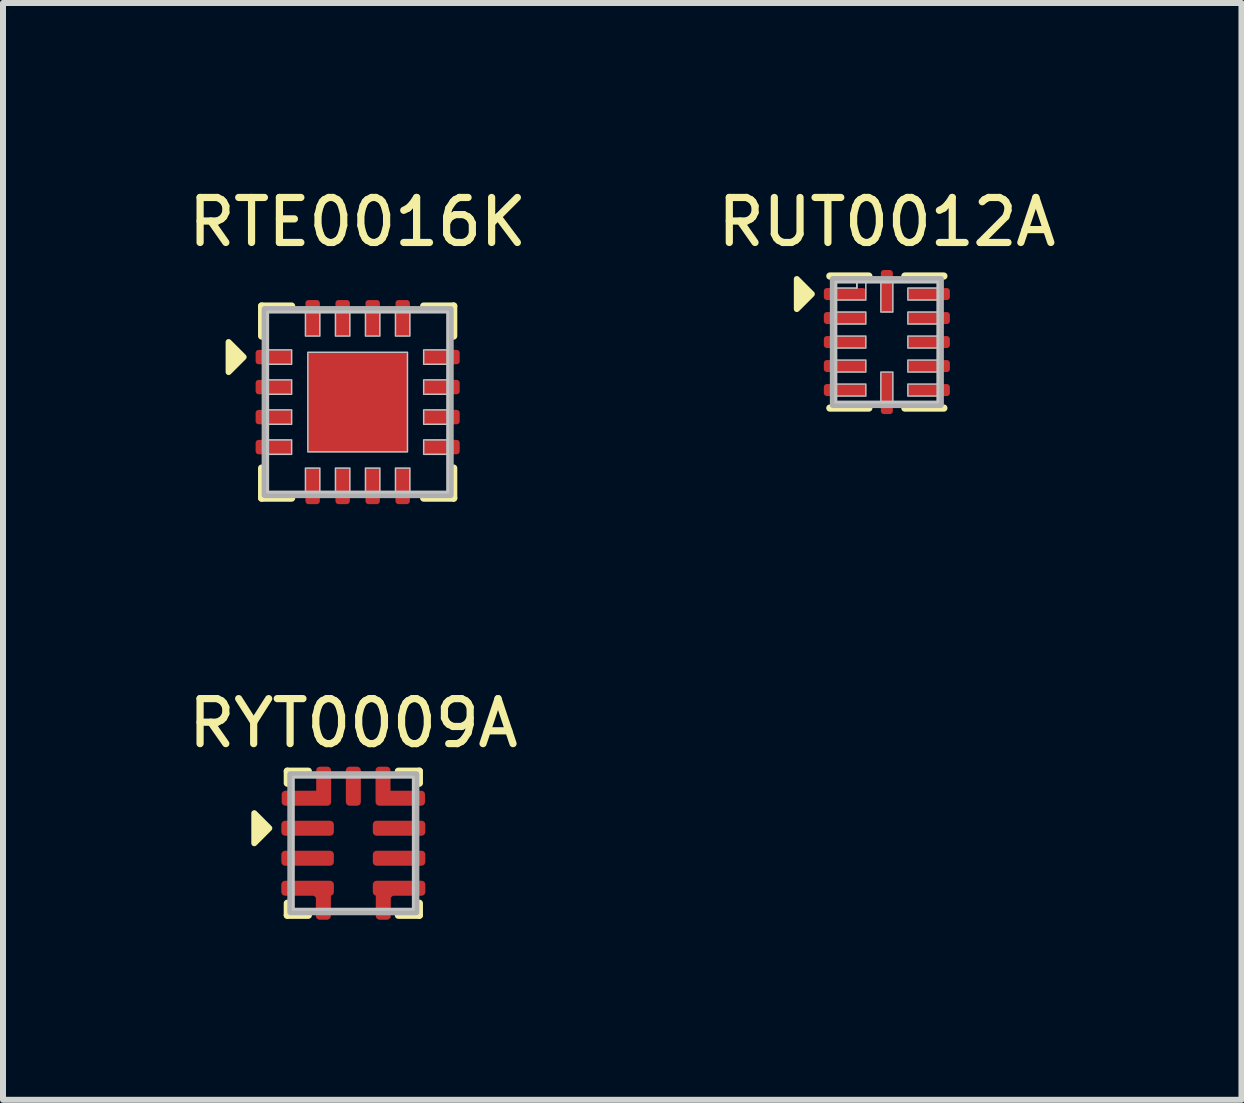
<source format=kicad_pcb>
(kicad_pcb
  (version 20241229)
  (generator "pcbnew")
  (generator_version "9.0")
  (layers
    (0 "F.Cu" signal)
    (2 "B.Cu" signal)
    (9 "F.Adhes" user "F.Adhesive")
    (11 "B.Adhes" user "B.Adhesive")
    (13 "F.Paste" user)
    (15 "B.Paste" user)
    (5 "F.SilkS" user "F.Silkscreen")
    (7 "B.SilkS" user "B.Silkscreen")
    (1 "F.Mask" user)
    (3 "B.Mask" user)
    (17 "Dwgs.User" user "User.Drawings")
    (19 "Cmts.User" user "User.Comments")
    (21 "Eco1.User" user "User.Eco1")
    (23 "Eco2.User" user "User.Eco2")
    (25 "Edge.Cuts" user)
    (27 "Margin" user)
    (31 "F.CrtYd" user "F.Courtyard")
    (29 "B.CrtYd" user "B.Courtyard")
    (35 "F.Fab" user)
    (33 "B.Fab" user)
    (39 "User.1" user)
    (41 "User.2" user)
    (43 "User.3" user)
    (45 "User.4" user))
  (footprint "RYT0009A"
    (layer "F.Cu")
    (at 2.837 10.999)
    (property "Reference" "RYT0009A" (at 0 -2 0) (unlocked yes) (layer "F.SilkS") (effects (font (size 0.75 0.75) (thickness 0.12))))
    (attr smd)
    (fp_line (start -1.1 -1) (end -1.1 -1.2) (stroke (width 0.12) (type default)) (layer "F.SilkS"))
    (fp_line (start -1.1 1) (end -1.1 1.2) (stroke (width 0.12) (type default)) (layer "F.SilkS"))
    (fp_line (start -0.75 -1.2) (end -1.1 -1.2) (stroke (width 0.12) (type default)) (layer "F.SilkS"))
    (fp_line (start -0.75 1.2) (end -1.1 1.2) (stroke (width 0.12) (type default)) (layer "F.SilkS"))
    (fp_line (start 0.75 1.2) (end 1.1 1.2) (stroke (width 0.12) (type default)) (layer "F.SilkS"))
    (fp_line (start 1.1 -1.2) (end 0.75 -1.2) (stroke (width 0.12) (type default)) (layer "F.SilkS"))
    (fp_line (start 1.1 -1) (end 1.1 -1.2) (stroke (width 0.12) (type default)) (layer "F.SilkS"))
    (fp_line (start 1.1 1.2) (end 1.1 1) (stroke (width 0.12) (type default)) (layer "F.SilkS"))
    (fp_poly (pts (xy -1.4 -0.25) (xy -1.65 0) (xy -1.65 -0.5)) (stroke (width 0.1) (type solid)) (fill yes) (layer "F.SilkS"))
    (fp_rect (start -1 -1.1) (end 1 1.1) (stroke (width 0.05) (type default)) (fill no) (layer "Dwgs.User"))
    (fp_rect (start -1.05 -1.15) (end 1.05 1.15) (stroke (width 0.1) (type default)) (fill no) (layer "F.Fab"))
    (pad "1" smd roundrect (at -0.762 -0.25) (size 0.875 0.25) (layers "F.Cu" "F.Mask" "F.Paste") (roundrect_rratio 0.25))
    (pad "2" smd roundrect (at -0.762 0.25) (size 0.875 0.25) (layers "F.Cu" "F.Mask" "F.Paste") (roundrect_rratio 0.25))
    (pad "3" smd custom (at -0.762 0.75) (size 0.25 0.25) (layers "F.Cu" "F.Mask" "F.Paste") (options (anchor circle)) (primitives (gr_poly (pts (xy 0.438 -0.062) (xy 0.433 -0.086) (xy 0.419 -0.107) (xy 0.399 -0.12) (xy 0.375 -0.125) (xy -0.375 -0.125) (xy -0.399 -0.12) (xy -0.419 -0.107) (xy -0.433 -0.086) (xy -0.438 -0.062) (xy -0.438 0.062) (xy -0.433 0.086) (xy -0.419 0.107) (xy -0.399 0.12) (xy -0.375 0.125) (xy 0.375 0.125) (xy 0.399 0.12) (xy 0.419 0.107) (xy 0.433 0.086) (xy 0.438 0.062)) (width 0) (fill yes)) (gr_poly (pts (xy 0.168 0.515) (xy 0.164 0.512) (xy 0.15 0.498) (xy 0.148 0.495) (xy 0.14 0.477) (xy 0.138 0.467) (xy 0.138 0.458) (xy 0.138 0.175) (xy 0.136 0.155) (xy 0.107 0.127) (xy 0.087 0.125) (xy -0.37 0.125) (xy -0.38 0.124) (xy -0.389 0.122) (xy -0.407 0.115) (xy -0.411 0.112) (xy -0.425 0.098) (xy -0.427 0.095) (xy -0.435 0.077) (xy -0.437 0.067) (xy -0.438 0.058) (xy -0.438 -0.058) (xy -0.437 -0.067) (xy -0.435 -0.077) (xy -0.427 -0.095) (xy -0.425 -0.098) (xy -0.411 -0.112) (xy -0.407 -0.115) (xy -0.389 -0.122) (xy -0.38 -0.124) (xy -0.37 -0.125) (xy 0.2 -0.125) (xy 0.32 -0.125) (xy 0.33 -0.124) (xy 0.339 -0.122) (xy 0.357 -0.115) (xy 0.361 -0.112) (xy 0.375 -0.098) (xy 0.377 -0.095) (xy 0.385 -0.077) (xy 0.387 -0.067) (xy 0.388 -0.058) (xy 0.388 0.458) (xy 0.387 0.467) (xy 0.385 0.477) (xy 0.377 0.495) (xy 0.375 0.498) (xy 0.361 0.512) (xy 0.357 0.515) (xy 0.339 0.522) (xy 0.33 0.524) (xy 0.32 0.525) (xy 0.205 0.525) (xy 0.195 0.524) (xy 0.186 0.522)) (width 0) (fill yes))))
    (pad "4" smd custom (at 0.762 0.75) (size 0.25 0.25) (layers "F.Cu" "F.Mask" "F.Paste") (options (anchor circle)) (primitives (gr_poly (pts (xy -0.438 -0.062) (xy -0.433 -0.086) (xy -0.419 -0.107) (xy -0.399 -0.12) (xy -0.375 -0.125) (xy 0.375 -0.125) (xy 0.399 -0.12) (xy 0.419 -0.107) (xy 0.433 -0.086) (xy 0.438 -0.062) (xy 0.438 0.062) (xy 0.433 0.086) (xy 0.419 0.107) (xy 0.399 0.12) (xy 0.375 0.125) (xy -0.375 0.125) (xy -0.399 0.12) (xy -0.419 0.107) (xy -0.433 0.086) (xy -0.438 0.062)) (width 0) (fill yes)) (gr_poly (pts (xy -0.168 0.515) (xy -0.164 0.512) (xy -0.15 0.498) (xy -0.148 0.495) (xy -0.14 0.477) (xy -0.138 0.467) (xy -0.138 0.458) (xy -0.138 0.175) (xy -0.136 0.155) (xy -0.107 0.127) (xy -0.087 0.125) (xy 0.37 0.125) (xy 0.38 0.124) (xy 0.389 0.122) (xy 0.407 0.115) (xy 0.411 0.112) (xy 0.425 0.098) (xy 0.427 0.095) (xy 0.435 0.077) (xy 0.437 0.067) (xy 0.438 0.058) (xy 0.438 -0.058) (xy 0.437 -0.067) (xy 0.435 -0.077) (xy 0.427 -0.095) (xy 0.425 -0.098) (xy 0.411 -0.112) (xy 0.407 -0.115) (xy 0.389 -0.122) (xy 0.38 -0.124) (xy 0.37 -0.125) (xy -0.2 -0.125) (xy -0.32 -0.125) (xy -0.33 -0.124) (xy -0.339 -0.122) (xy -0.357 -0.115) (xy -0.361 -0.112) (xy -0.375 -0.098) (xy -0.377 -0.095) (xy -0.385 -0.077) (xy -0.387 -0.067) (xy -0.388 -0.058) (xy -0.388 0.458) (xy -0.387 0.467) (xy -0.385 0.477) (xy -0.377 0.495) (xy -0.375 0.498) (xy -0.361 0.512) (xy -0.357 0.515) (xy -0.339 0.522) (xy -0.33 0.524) (xy -0.32 0.525) (xy -0.205 0.525) (xy -0.195 0.524) (xy -0.186 0.522)) (width 0) (fill yes))))
    (pad "5" smd roundrect (at 0.762 0.25) (size 0.875 0.25) (layers "F.Cu" "F.Mask" "F.Paste") (roundrect_rratio 0.25))
    (pad "6" smd roundrect (at 0.762 -0.25) (size 0.875 0.25) (layers "F.Cu" "F.Mask" "F.Paste") (roundrect_rratio 0.25))
    (pad "7" smd custom (at 0.782 -0.75) (size 0.25 0.25) (layers "F.Cu" "F.Mask" "F.Paste") (options (anchor circle)) (primitives (gr_poly (pts (xy -0.412 -0.062) (xy -0.408 -0.086) (xy -0.394 -0.107) (xy -0.374 -0.12) (xy -0.35 -0.125) (xy 0.35 -0.125) (xy 0.374 -0.12) (xy 0.394 -0.107) (xy 0.408 -0.086) (xy 0.412 -0.062) (xy 0.412 0.062) (xy 0.408 0.086) (xy 0.394 0.107) (xy 0.374 0.12) (xy 0.35 0.125) (xy -0.35 0.125) (xy -0.374 0.12) (xy -0.394 0.107) (xy -0.408 0.086) (xy -0.412 0.062)) (width 0) (fill yes)) (gr_poly (pts (xy -0.35 0.125) (xy -0.374 0.12) (xy -0.394 0.107) (xy -0.408 0.086) (xy -0.412 0.062) (xy -0.412 -0.463) (xy -0.408 -0.486) (xy -0.394 -0.507) (xy -0.374 -0.52) (xy -0.35 -0.525) (xy -0.225 -0.525) (xy -0.201 -0.52) (xy -0.181 -0.507) (xy -0.167 -0.486) (xy -0.163 -0.463) (xy -0.163 0.062) (xy -0.167 0.086) (xy -0.181 0.107) (xy -0.201 0.12) (xy -0.225 0.125)) (width 0) (fill yes))))
    (pad "8" smd roundrect (at 0 -0.95 90) (size 0.65 0.25) (layers "F.Cu" "F.Mask" "F.Paste") (roundrect_rratio 0.25))
    (pad "9" smd custom (at -0.782 -0.75) (size 0.25 0.25) (layers "F.Cu" "F.Mask" "F.Paste") (options (anchor circle)) (primitives (gr_poly (pts (xy 0.412 -0.062) (xy 0.408 -0.086) (xy 0.394 -0.107) (xy 0.374 -0.12) (xy 0.35 -0.125) (xy -0.35 -0.125) (xy -0.374 -0.12) (xy -0.394 -0.107) (xy -0.408 -0.086) (xy -0.412 -0.062) (xy -0.412 0.062) (xy -0.408 0.086) (xy -0.394 0.107) (xy -0.374 0.12) (xy -0.35 0.125) (xy 0.35 0.125) (xy 0.374 0.12) (xy 0.394 0.107) (xy 0.408 0.086) (xy 0.412 0.062)) (width 0) (fill yes)) (gr_poly (pts (xy 0.35 0.125) (xy 0.374 0.12) (xy 0.394 0.107) (xy 0.408 0.086) (xy 0.412 0.062) (xy 0.412 -0.463) (xy 0.408 -0.486) (xy 0.394 -0.507) (xy 0.374 -0.52) (xy 0.35 -0.525) (xy 0.225 -0.525) (xy 0.201 -0.52) (xy 0.181 -0.507) (xy 0.167 -0.486) (xy 0.163 -0.463) (xy 0.163 0.062) (xy 0.167 0.086) (xy 0.181 0.107) (xy 0.201 0.12) (xy 0.225 0.125)) (width 0) (fill yes)))))
  (footprint "RTE0016K"
    (layer "F.Cu")
    (at 2.909 3.649)
    (property "Reference" "RTE0016K" (at 0 -3 0) (unlocked yes) (layer "F.SilkS") (effects (font (size 0.75 0.75) (thickness 0.12))))
    (attr smd)
    (fp_line (start -1.6 -1.6) (end -1.6 -1.1) (stroke (width 0.12) (type default)) (layer "F.SilkS"))
    (fp_line (start -1.6 -1.6) (end -1.1 -1.6) (stroke (width 0.12) (type default)) (layer "F.SilkS"))
    (fp_line (start -1.6 1.1) (end -1.6 1.6) (stroke (width 0.12) (type default)) (layer "F.SilkS"))
    (fp_line (start -1.1 1.6) (end -1.6 1.6) (stroke (width 0.12) (type default)) (layer "F.SilkS"))
    (fp_line (start 1.6 -1.6) (end 1.1 -1.6) (stroke (width 0.12) (type default)) (layer "F.SilkS"))
    (fp_line (start 1.6 -1.6) (end 1.6 -1.1) (stroke (width 0.12) (type default)) (layer "F.SilkS"))
    (fp_line (start 1.6 1.1) (end 1.6 1.6) (stroke (width 0.12) (type default)) (layer "F.SilkS"))
    (fp_line (start 1.6 1.6) (end 1.1 1.6) (stroke (width 0.12) (type default)) (layer "F.SilkS"))
    (fp_poly (pts (xy -1.9 -0.75) (xy -2.15 -0.5) (xy -2.15 -1)) (stroke (width 0.1) (type solid)) (fill yes) (layer "F.SilkS"))
    (fp_rect (start -1.5 -1.5) (end 1.5 1.5) (stroke (width 0.05) (type default)) (fill no) (layer "Dwgs.User"))
    (fp_rect (start -1.5 -0.87) (end -1.1 -0.63) (stroke (width 0.025) (type default)) (fill no) (layer "Dwgs.User"))
    (fp_rect (start -1.5 -0.37) (end -1.1 -0.13) (stroke (width 0.025) (type default)) (fill no) (layer "Dwgs.User"))
    (fp_rect (start -1.5 0.13) (end -1.1 0.37) (stroke (width 0.025) (type default)) (fill no) (layer "Dwgs.User"))
    (fp_rect (start -1.5 0.63) (end -1.1 0.87) (stroke (width 0.025) (type default)) (fill no) (layer "Dwgs.User"))
    (fp_rect (start -0.87 -1.5) (end -0.63 -1.1) (stroke (width 0.025) (type default)) (fill no) (layer "Dwgs.User"))
    (fp_rect (start -0.87 1.1) (end -0.63 1.5) (stroke (width 0.025) (type default)) (fill no) (layer "Dwgs.User"))
    (fp_rect (start -0.83 -0.83) (end 0.83 0.83) (stroke (width 0.025) (type default)) (fill no) (layer "Dwgs.User"))
    (fp_rect (start -0.37 -1.5) (end -0.13 -1.1) (stroke (width 0.025) (type default)) (fill no) (layer "Dwgs.User"))
    (fp_rect (start -0.37 1.1) (end -0.13 1.5) (stroke (width 0.025) (type default)) (fill no) (layer "Dwgs.User"))
    (fp_rect (start 0.13 -1.5) (end 0.37 -1.1) (stroke (width 0.025) (type default)) (fill no) (layer "Dwgs.User"))
    (fp_rect (start 0.13 1.1) (end 0.37 1.5) (stroke (width 0.025) (type default)) (fill no) (layer "Dwgs.User"))
    (fp_rect (start 0.63 -1.5) (end 0.87 -1.1) (stroke (width 0.025) (type default)) (fill no) (layer "Dwgs.User"))
    (fp_rect (start 0.63 1.1) (end 0.87 1.5) (stroke (width 0.025) (type default)) (fill no) (layer "Dwgs.User"))
    (fp_rect (start 1.1 -0.87) (end 1.5 -0.63) (stroke (width 0.025) (type default)) (fill no) (layer "Dwgs.User"))
    (fp_rect (start 1.1 -0.37) (end 1.5 -0.13) (stroke (width 0.025) (type default)) (fill no) (layer "Dwgs.User"))
    (fp_rect (start 1.1 0.13) (end 1.5 0.37) (stroke (width 0.025) (type default)) (fill no) (layer "Dwgs.User"))
    (fp_rect (start 1.1 0.63) (end 1.5 0.87) (stroke (width 0.025) (type default)) (fill no) (layer "Dwgs.User"))
    (fp_rect (start -1.55 -1.55) (end 1.55 1.55) (stroke (width 0.1) (type default)) (fill no) (layer "F.Fab"))
    (pad "1" smd roundrect (at -1.4 -0.75) (size 0.6 0.24) (layers "F.Cu" "F.Mask" "F.Paste") (roundrect_rratio 0.208))
    (pad "2" smd roundrect (at -1.4 -0.25) (size 0.6 0.24) (layers "F.Cu" "F.Mask" "F.Paste") (roundrect_rratio 0.208))
    (pad "3" smd roundrect (at -1.4 0.25) (size 0.6 0.24) (layers "F.Cu" "F.Mask" "F.Paste") (roundrect_rratio 0.208))
    (pad "4" smd roundrect (at -1.4 0.75) (size 0.6 0.24) (layers "F.Cu" "F.Mask" "F.Paste") (roundrect_rratio 0.208))
    (pad "5" smd roundrect (at -0.75 1.4 90) (size 0.6 0.24) (layers "F.Cu" "F.Mask" "F.Paste") (roundrect_rratio 0.208))
    (pad "6" smd roundrect (at -0.25 1.4 90) (size 0.6 0.24) (layers "F.Cu" "F.Mask" "F.Paste") (roundrect_rratio 0.208))
    (pad "7" smd roundrect (at 0.25 1.4 90) (size 0.6 0.24) (layers "F.Cu" "F.Mask" "F.Paste") (roundrect_rratio 0.208))
    (pad "8" smd roundrect (at 0.75 1.4 90) (size 0.6 0.24) (layers "F.Cu" "F.Mask" "F.Paste") (roundrect_rratio 0.208))
    (pad "9" smd roundrect (at 1.4 0.75 180) (size 0.6 0.24) (layers "F.Cu" "F.Mask" "F.Paste") (roundrect_rratio 0.208))
    (pad "10" smd roundrect (at 1.4 0.25 180) (size 0.6 0.24) (layers "F.Cu" "F.Mask" "F.Paste") (roundrect_rratio 0.208))
    (pad "11" smd roundrect (at 1.4 -0.25 180) (size 0.6 0.24) (layers "F.Cu" "F.Mask" "F.Paste") (roundrect_rratio 0.208))
    (pad "12" smd roundrect (at 1.4 -0.75 180) (size 0.6 0.24) (layers "F.Cu" "F.Mask" "F.Paste") (roundrect_rratio 0.208))
    (pad "13" smd roundrect (at 0.75 -1.4 270) (size 0.6 0.24) (layers "F.Cu" "F.Mask" "F.Paste") (roundrect_rratio 0.208))
    (pad "14" smd roundrect (at 0.25 -1.4 270) (size 0.6 0.24) (layers "F.Cu" "F.Mask" "F.Paste") (roundrect_rratio 0.208))
    (pad "15" smd roundrect (at -0.25 -1.4 270) (size 0.6 0.24) (layers "F.Cu" "F.Mask" "F.Paste") (roundrect_rratio 0.208))
    (pad "16" smd roundrect (at -0.75 -1.4 270) (size 0.6 0.24) (layers "F.Cu" "F.Mask" "F.Paste") (roundrect_rratio 0.208))
    (pad "17" smd roundrect (at 0 0) (size 1.66 1.66) (layers "F.Cu" "F.Mask" "F.Paste") (roundrect_rratio 0.03)))
  (footprint "RUT0012A"
    (layer "F.Cu")
    (at 11.726 2.649)
    (property "Reference" "RUT0012A" (at 0 -2 0) (unlocked yes) (layer "F.SilkS") (effects (font (size 0.75 0.75) (thickness 0.12))))
    (attr smd)
    (fp_line (start -0.3 -1.1) (end -0.95 -1.1) (stroke (width 0.12) (type default)) (layer "F.SilkS"))
    (fp_line (start -0.3 1.1) (end -0.95 1.1) (stroke (width 0.12) (type default)) (layer "F.SilkS"))
    (fp_line (start 0.95 -1.1) (end 0.3 -1.1) (stroke (width 0.12) (type default)) (layer "F.SilkS"))
    (fp_line (start 0.95 1.1) (end 0.3 1.1) (stroke (width 0.12) (type default)) (layer "F.SilkS"))
    (fp_poly (pts (xy -1.25 -0.8) (xy -1.5 -0.55) (xy -1.5 -1.05)) (stroke (width 0.1) (type solid)) (fill yes) (layer "F.SilkS"))
    (fp_line (start -0.5 -0.9) (end -0.5 -1) (stroke (width 0.025) (type default)) (layer "Dwgs.User"))
    (fp_rect (start -0.85 -1) (end 0.85 1) (stroke (width 0.05) (type default)) (fill no) (layer "Dwgs.User"))
    (fp_rect (start -0.85 -0.5) (end -0.35 -0.3) (stroke (width 0.025) (type default)) (fill no) (layer "Dwgs.User"))
    (fp_rect (start -0.85 -0.1) (end -0.35 0.1) (stroke (width 0.025) (type default)) (fill no) (layer "Dwgs.User"))
    (fp_rect (start -0.85 0.3) (end -0.35 0.5) (stroke (width 0.025) (type default)) (fill no) (layer "Dwgs.User"))
    (fp_rect (start -0.85 0.7) (end -0.35 0.9) (stroke (width 0.025) (type default)) (fill no) (layer "Dwgs.User"))
    (fp_rect (start -0.1 -1) (end 0.1 -0.5) (stroke (width 0.025) (type default)) (fill no) (layer "Dwgs.User"))
    (fp_rect (start -0.1 0.5) (end 0.1 1) (stroke (width 0.025) (type default)) (fill no) (layer "Dwgs.User"))
    (fp_rect (start 0.35 -0.9) (end 0.85 -0.7) (stroke (width 0.025) (type default)) (fill no) (layer "Dwgs.User"))
    (fp_rect (start 0.35 -0.5) (end 0.85 -0.3) (stroke (width 0.025) (type default)) (fill no) (layer "Dwgs.User"))
    (fp_rect (start 0.35 -0.1) (end 0.85 0.1) (stroke (width 0.025) (type default)) (fill no) (layer "Dwgs.User"))
    (fp_rect (start 0.35 0.3) (end 0.85 0.5) (stroke (width 0.025) (type default)) (fill no) (layer "Dwgs.User"))
    (fp_rect (start 0.35 0.7) (end 0.85 0.9) (stroke (width 0.025) (type default)) (fill no) (layer "Dwgs.User"))
    (fp_poly (pts (xy -0.85 -0.7) (xy -0.35 -0.7) (xy -0.35 -1) (xy -0.5 -1) (xy -0.5 -0.9) (xy -0.85 -0.9)) (stroke (width 0.025) (type solid)) (fill no) (layer "Dwgs.User"))
    (fp_rect (start -0.9 -1.05) (end 0.9 1.05) (stroke (width 0.1) (type default)) (fill no) (layer "F.Fab"))
    (pad "1" smd roundrect (at -0.7 -0.8) (size 0.7 0.2) (layers "F.Cu" "F.Mask" "F.Paste") (roundrect_rratio 0.25))
    (pad "2" smd roundrect (at -0.7 -0.4) (size 0.7 0.2) (layers "F.Cu" "F.Mask" "F.Paste") (roundrect_rratio 0.25))
    (pad "3" smd roundrect (at -0.7 0) (size 0.7 0.2) (layers "F.Cu" "F.Mask" "F.Paste") (roundrect_rratio 0.25))
    (pad "4" smd roundrect (at -0.7 0.4) (size 0.7 0.2) (layers "F.Cu" "F.Mask" "F.Paste") (roundrect_rratio 0.25))
    (pad "5" smd roundrect (at -0.7 0.8) (size 0.7 0.2) (layers "F.Cu" "F.Mask" "F.Paste") (roundrect_rratio 0.25))
    (pad "6" smd roundrect (at 0 0.85 90) (size 0.7 0.2) (layers "F.Cu" "F.Mask" "F.Paste") (roundrect_rratio 0.25))
    (pad "7" smd roundrect (at 0.7 0.8 180) (size 0.7 0.2) (layers "F.Cu" "F.Mask" "F.Paste") (roundrect_rratio 0.25))
    (pad "8" smd roundrect (at 0.7 0.4 180) (size 0.7 0.2) (layers "F.Cu" "F.Mask" "F.Paste") (roundrect_rratio 0.25))
    (pad "9" smd roundrect (at 0.7 0 180) (size 0.7 0.2) (layers "F.Cu" "F.Mask" "F.Paste") (roundrect_rratio 0.25))
    (pad "10" smd roundrect (at 0.7 -0.4 180) (size 0.7 0.2) (layers "F.Cu" "F.Mask" "F.Paste") (roundrect_rratio 0.25))
    (pad "11" smd roundrect (at 0.7 -0.8 180) (size 0.7 0.2) (layers "F.Cu" "F.Mask" "F.Paste") (roundrect_rratio 0.25))
    (pad "12" smd roundrect (at 0 -0.85 270) (size 0.7 0.2) (layers "F.Cu" "F.Mask" "F.Paste") (roundrect_rratio 0.25)))
  (gr_rect
    (start -3 -3)
    (end 17.634 15.274)
    (stroke (width 0.1) (type default))
    (fill no)
    (layer "Edge.Cuts")))
</source>
